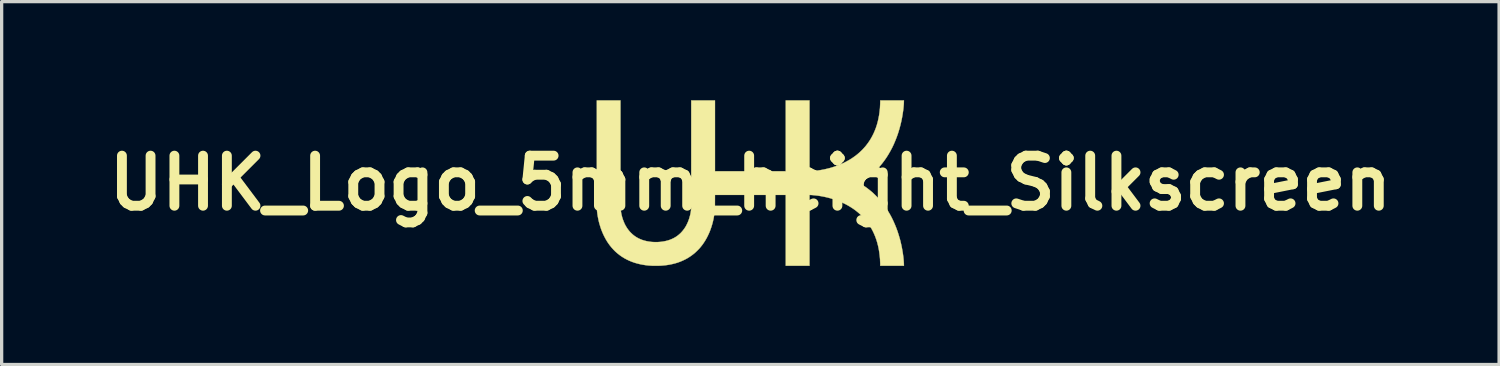
<source format=kicad_pcb>
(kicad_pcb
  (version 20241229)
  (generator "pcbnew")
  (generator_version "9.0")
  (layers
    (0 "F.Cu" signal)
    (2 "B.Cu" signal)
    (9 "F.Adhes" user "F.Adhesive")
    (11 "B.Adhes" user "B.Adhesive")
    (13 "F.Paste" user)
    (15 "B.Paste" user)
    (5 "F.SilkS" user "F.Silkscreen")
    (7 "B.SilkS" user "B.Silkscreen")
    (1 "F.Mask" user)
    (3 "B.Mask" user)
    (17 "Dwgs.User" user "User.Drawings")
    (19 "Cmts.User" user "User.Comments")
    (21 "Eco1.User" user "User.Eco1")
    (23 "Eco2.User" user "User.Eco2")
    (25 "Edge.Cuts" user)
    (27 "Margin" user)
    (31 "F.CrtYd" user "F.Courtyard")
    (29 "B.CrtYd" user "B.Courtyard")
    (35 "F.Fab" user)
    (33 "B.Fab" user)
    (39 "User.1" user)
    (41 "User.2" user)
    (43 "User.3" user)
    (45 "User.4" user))
  (footprint "UHK_Logo_5mm_height_Silkscreen"
    (layer "F.Cu")
    (at 19.783 2.521)
    (property "Reference" "UHK_Logo_5mm_height_Silkscreen" (at 0 0 0) (layer "F.SilkS") (effects (font (size 1.524 1.524) (thickness 0.3))))
    (attr exclude_from_pos_files exclude_from_bom)
    (fp_poly (pts (xy -3.953 -0.893) (xy -3.953 -0.772) (xy -3.953 -0.656) (xy -3.953 -0.544) (xy -3.953 -0.437) (xy -3.953 -0.335) (xy -3.952 -0.237) (xy -3.952 -0.144) (xy -3.952 -0.056) (xy -3.952 0.028) (xy -3.952 0.107) (xy -3.952 0.182) (xy -3.952 0.252) (xy -3.952 0.318) (xy -3.952 0.379) (xy -3.952 0.435) (xy -3.952 0.487) (xy -3.952 0.534) (xy -3.952 0.577) (xy -3.951 0.616) (xy -3.951 0.65) (xy -3.951 0.679) (xy -3.951 0.704) (xy -3.951 0.725) (xy -3.951 0.741) (xy -3.95 0.752) (xy -3.95 0.76) (xy -3.95 0.762) (xy -3.943 0.834) (xy -3.932 0.906) (xy -3.917 0.977) (xy -3.899 1.047) (xy -3.877 1.114) (xy -3.852 1.179) (xy -3.825 1.242) (xy -3.794 1.301) (xy -3.789 1.309) (xy -3.754 1.367) (xy -3.715 1.421) (xy -3.674 1.472) (xy -3.629 1.519) (xy -3.582 1.563) (xy -3.532 1.603) (xy -3.479 1.639) (xy -3.423 1.672) (xy -3.4 1.684) (xy -3.344 1.709) (xy -3.285 1.732) (xy -3.223 1.751) (xy -3.159 1.767) (xy -3.092 1.779) (xy -3.024 1.789) (xy -2.954 1.794) (xy -2.883 1.796) (xy -2.812 1.795) (xy -2.806 1.794) (xy -2.731 1.789) (xy -2.659 1.779) (xy -2.589 1.766) (xy -2.523 1.75) (xy -2.459 1.73) (xy -2.399 1.706) (xy -2.341 1.679) (xy -2.285 1.648) (xy -2.233 1.614) (xy -2.183 1.575) (xy -2.135 1.533) (xy -2.128 1.527) (xy -2.083 1.479) (xy -2.041 1.428) (xy -2.001 1.374) (xy -1.965 1.317) (xy -1.933 1.256) (xy -1.903 1.191) (xy -1.877 1.124) (xy -1.863 1.085) (xy -1.85 1.04) (xy -1.838 0.996) (xy -1.827 0.952) (xy -1.818 0.905) (xy -1.81 0.856) (xy -1.805 0.82) (xy -1.8 0.781) (xy -1.799 -0.867) (xy -1.799 -2.516) (xy -1.077 -2.516) (xy -1.077 -0.36) (xy 1.077 -0.36) (xy 1.077 -2.516) (xy 1.799 -2.516) (xy 1.799 -0.36) (xy 1.822 -0.361) (xy 1.866 -0.364) (xy 1.906 -0.367) (xy 1.944 -0.37) (xy 1.979 -0.373) (xy 2.014 -0.377) (xy 2.049 -0.382) (xy 2.084 -0.387) (xy 2.121 -0.393) (xy 2.136 -0.395) (xy 2.24 -0.414) (xy 2.343 -0.438) (xy 2.444 -0.464) (xy 2.542 -0.495) (xy 2.639 -0.528) (xy 2.733 -0.566) (xy 2.824 -0.606) (xy 2.912 -0.65) (xy 2.997 -0.697) (xy 3.023 -0.712) (xy 3.103 -0.763) (xy 3.18 -0.817) (xy 3.254 -0.874) (xy 3.324 -0.934) (xy 3.39 -0.997) (xy 3.453 -1.063) (xy 3.513 -1.132) (xy 3.568 -1.204) (xy 3.62 -1.278) (xy 3.661 -1.343) (xy 3.706 -1.423) (xy 3.747 -1.505) (xy 3.785 -1.591) (xy 3.819 -1.678) (xy 3.849 -1.769) (xy 3.875 -1.862) (xy 3.897 -1.959) (xy 3.916 -2.057) (xy 3.931 -2.159) (xy 3.942 -2.263) (xy 3.946 -2.315) (xy 3.946 -2.329) (xy 3.947 -2.346) (xy 3.948 -2.365) (xy 3.949 -2.386) (xy 3.95 -2.407) (xy 3.951 -2.429) (xy 3.951 -2.449) (xy 3.952 -2.467) (xy 3.952 -2.483) (xy 3.953 -2.495) (xy 3.953 -2.497) (xy 3.953 -2.516) (xy 4.673 -2.516) (xy 4.671 -2.467) (xy 4.669 -2.409) (xy 4.664 -2.346) (xy 4.658 -2.281) (xy 4.65 -2.213) (xy 4.64 -2.144) (xy 4.629 -2.073) (xy 4.617 -2.001) (xy 4.603 -1.93) (xy 4.588 -1.859) (xy 4.571 -1.789) (xy 4.561 -1.747) (xy 4.528 -1.627) (xy 4.492 -1.51) (xy 4.452 -1.397) (xy 4.408 -1.286) (xy 4.362 -1.178) (xy 4.312 -1.073) (xy 4.258 -0.972) (xy 4.201 -0.873) (xy 4.141 -0.778) (xy 4.077 -0.686) (xy 4.01 -0.597) (xy 3.939 -0.512) (xy 3.928 -0.499) (xy 3.915 -0.484) (xy 3.899 -0.467) (xy 3.881 -0.448) (xy 3.861 -0.427) (xy 3.84 -0.406) (xy 3.818 -0.384) (xy 3.796 -0.362) (xy 3.775 -0.341) (xy 3.754 -0.322) (xy 3.736 -0.304) (xy 3.719 -0.289) (xy 3.708 -0.279) (xy 3.649 -0.229) (xy 3.586 -0.179) (xy 3.522 -0.132) (xy 3.457 -0.087) (xy 3.393 -0.046) (xy 3.365 -0.029) (xy 3.348 -0.019) (xy 3.336 -0.011) (xy 3.328 -0.005) (xy 3.323 -0.000149) (xy 3.322 0.003) (xy 3.322 0.003) (xy 3.325 0.005) (xy 3.33 0.008) (xy 3.338 0.013) (xy 3.349 0.019) (xy 3.361 0.026) (xy 3.364 0.028) (xy 3.429 0.069) (xy 3.495 0.113) (xy 3.561 0.161) (xy 3.626 0.211) (xy 3.689 0.263) (xy 3.709 0.28) (xy 3.723 0.292) (xy 3.739 0.307) (xy 3.757 0.325) (xy 3.777 0.344) (xy 3.798 0.364) (xy 3.819 0.385) (xy 3.84 0.406) (xy 3.861 0.427) (xy 3.88 0.447) (xy 3.897 0.465) (xy 3.912 0.481) (xy 3.925 0.495) (xy 3.925 0.495) (xy 3.996 0.58) (xy 4.063 0.667) (xy 4.127 0.758) (xy 4.188 0.851) (xy 4.245 0.948) (xy 4.299 1.048) (xy 4.349 1.151) (xy 4.396 1.257) (xy 4.44 1.366) (xy 4.481 1.479) (xy 4.518 1.595) (xy 4.547 1.695) (xy 4.565 1.762) (xy 4.581 1.831) (xy 4.597 1.901) (xy 4.611 1.972) (xy 4.624 2.044) (xy 4.636 2.115) (xy 4.646 2.185) (xy 4.655 2.254) (xy 4.662 2.321) (xy 4.667 2.384) (xy 4.671 2.445) (xy 4.671 2.467) (xy 4.673 2.516) (xy 3.953 2.516) (xy 3.953 2.497) (xy 3.952 2.485) (xy 3.952 2.47) (xy 3.952 2.452) (xy 3.951 2.432) (xy 3.95 2.411) (xy 3.949 2.39) (xy 3.948 2.369) (xy 3.947 2.349) (xy 3.947 2.332) (xy 3.946 2.317) (xy 3.946 2.315) (xy 3.936 2.21) (xy 3.923 2.107) (xy 3.907 2.007) (xy 3.886 1.909) (xy 3.862 1.815) (xy 3.834 1.723) (xy 3.802 1.634) (xy 3.766 1.547) (xy 3.727 1.464) (xy 3.684 1.383) (xy 3.637 1.304) (xy 3.587 1.229) (xy 3.533 1.157) (xy 3.475 1.087) (xy 3.413 1.02) (xy 3.348 0.956) (xy 3.279 0.895) (xy 3.206 0.836) (xy 3.13 0.781) (xy 3.05 0.729) (xy 2.975 0.684) (xy 2.895 0.641) (xy 2.811 0.6) (xy 2.723 0.562) (xy 2.633 0.526) (xy 2.54 0.494) (xy 2.446 0.465) (xy 2.35 0.439) (xy 2.252 0.417) (xy 2.153 0.398) (xy 2.054 0.382) (xy 1.964 0.372) (xy 1.922 0.368) (xy 1.878 0.364) (xy 1.83 0.361) (xy 1.823 0.361) (xy 1.799 0.36) (xy 1.799 2.516) (xy 1.077 2.516) (xy 1.077 0.36) (xy -1.077 0.36) (xy -1.078 0.573) (xy -1.078 0.61) (xy -1.078 0.642) (xy -1.078 0.671) (xy -1.078 0.696) (xy -1.078 0.718) (xy -1.079 0.737) (xy -1.079 0.753) (xy -1.079 0.767) (xy -1.08 0.779) (xy -1.08 0.79) (xy -1.081 0.8) (xy -1.081 0.809) (xy -1.082 0.817) (xy -1.083 0.826) (xy -1.083 0.834) (xy -1.084 0.835) (xy -1.094 0.923) (xy -1.107 1.008) (xy -1.122 1.091) (xy -1.14 1.171) (xy -1.161 1.251) (xy -1.185 1.33) (xy -1.188 1.339) (xy -1.219 1.428) (xy -1.253 1.513) (xy -1.291 1.595) (xy -1.331 1.674) (xy -1.375 1.75) (xy -1.422 1.823) (xy -1.472 1.893) (xy -1.526 1.96) (xy -1.536 1.972) (xy -1.547 1.984) (xy -1.56 1.999) (xy -1.576 2.015) (xy -1.594 2.033) (xy -1.612 2.052) (xy -1.631 2.07) (xy -1.65 2.088) (xy -1.668 2.105) (xy -1.684 2.12) (xy -1.698 2.132) (xy -1.704 2.138) (xy -1.77 2.189) (xy -1.837 2.237) (xy -1.907 2.281) (xy -1.98 2.321) (xy -2.055 2.357) (xy -2.132 2.39) (xy -2.212 2.419) (xy -2.295 2.444) (xy -2.381 2.465) (xy -2.469 2.483) (xy -2.56 2.497) (xy -2.654 2.507) (xy -2.741 2.514) (xy -2.752 2.514) (xy -2.768 2.514) (xy -2.786 2.515) (xy -2.807 2.515) (xy -2.83 2.515) (xy -2.854 2.515) (xy -2.878 2.515) (xy -2.902 2.515) (xy -2.925 2.515) (xy -2.947 2.515) (xy -2.966 2.515) (xy -2.982 2.515) (xy -2.995 2.514) (xy -2.997 2.514) (xy -3.091 2.508) (xy -3.182 2.498) (xy -3.272 2.484) (xy -3.359 2.467) (xy -3.444 2.446) (xy -3.527 2.422) (xy -3.606 2.394) (xy -3.684 2.362) (xy -3.758 2.327) (xy -3.829 2.289) (xy -3.847 2.278) (xy -3.918 2.234) (xy -3.986 2.185) (xy -4.05 2.134) (xy -4.112 2.079) (xy -4.17 2.02) (xy -4.226 1.958) (xy -4.279 1.892) (xy -4.309 1.851) (xy -4.356 1.782) (xy -4.399 1.71) (xy -4.44 1.634) (xy -4.478 1.556) (xy -4.513 1.474) (xy -4.545 1.391) (xy -4.573 1.304) (xy -4.599 1.216) (xy -4.621 1.127) (xy -4.639 1.035) (xy -4.654 0.943) (xy -4.659 0.903) (xy -4.66 0.896) (xy -4.661 0.89) (xy -4.661 0.884) (xy -4.662 0.879) (xy -4.663 0.873) (xy -4.664 0.868) (xy -4.664 0.863) (xy -4.665 0.857) (xy -4.665 0.852) (xy -4.666 0.846) (xy -4.666 0.839) (xy -4.667 0.832) (xy -4.667 0.824) (xy -4.668 0.815) (xy -4.668 0.806) (xy -4.668 0.795) (xy -4.669 0.784) (xy -4.669 0.771) (xy -4.669 0.757) (xy -4.67 0.741) (xy -4.67 0.724) (xy -4.67 0.705) (xy -4.67 0.685) (xy -4.671 0.662) (xy -4.671 0.638) (xy -4.671 0.612) (xy -4.671 0.583) (xy -4.671 0.553) (xy -4.671 0.519) (xy -4.672 0.484) (xy -4.672 0.445) (xy -4.672 0.405) (xy -4.672 0.361) (xy -4.672 0.314) (xy -4.672 0.264) (xy -4.672 0.212) (xy -4.672 0.156) (xy -4.672 0.096) (xy -4.672 0.034) (xy -4.672 -0.033) (xy -4.672 -0.103) (xy -4.672 -0.176) (xy -4.672 -0.254) (xy -4.672 -0.336) (xy -4.672 -0.421) (xy -4.672 -0.511) (xy -4.672 -0.605) (xy -4.672 -0.704) (xy -4.672 -0.807) (xy -4.672 -2.516) (xy -3.953 -2.516) (xy -3.953 -0.893)) (stroke (width 0.01) (type solid)) (fill yes) (layer "F.SilkS")))
  (gr_rect
    (start -3 -3)
    (end 42.566 8.042)
    (stroke (width 0.1) (type default))
    (fill no)
    (layer "Edge.Cuts")))
</source>
